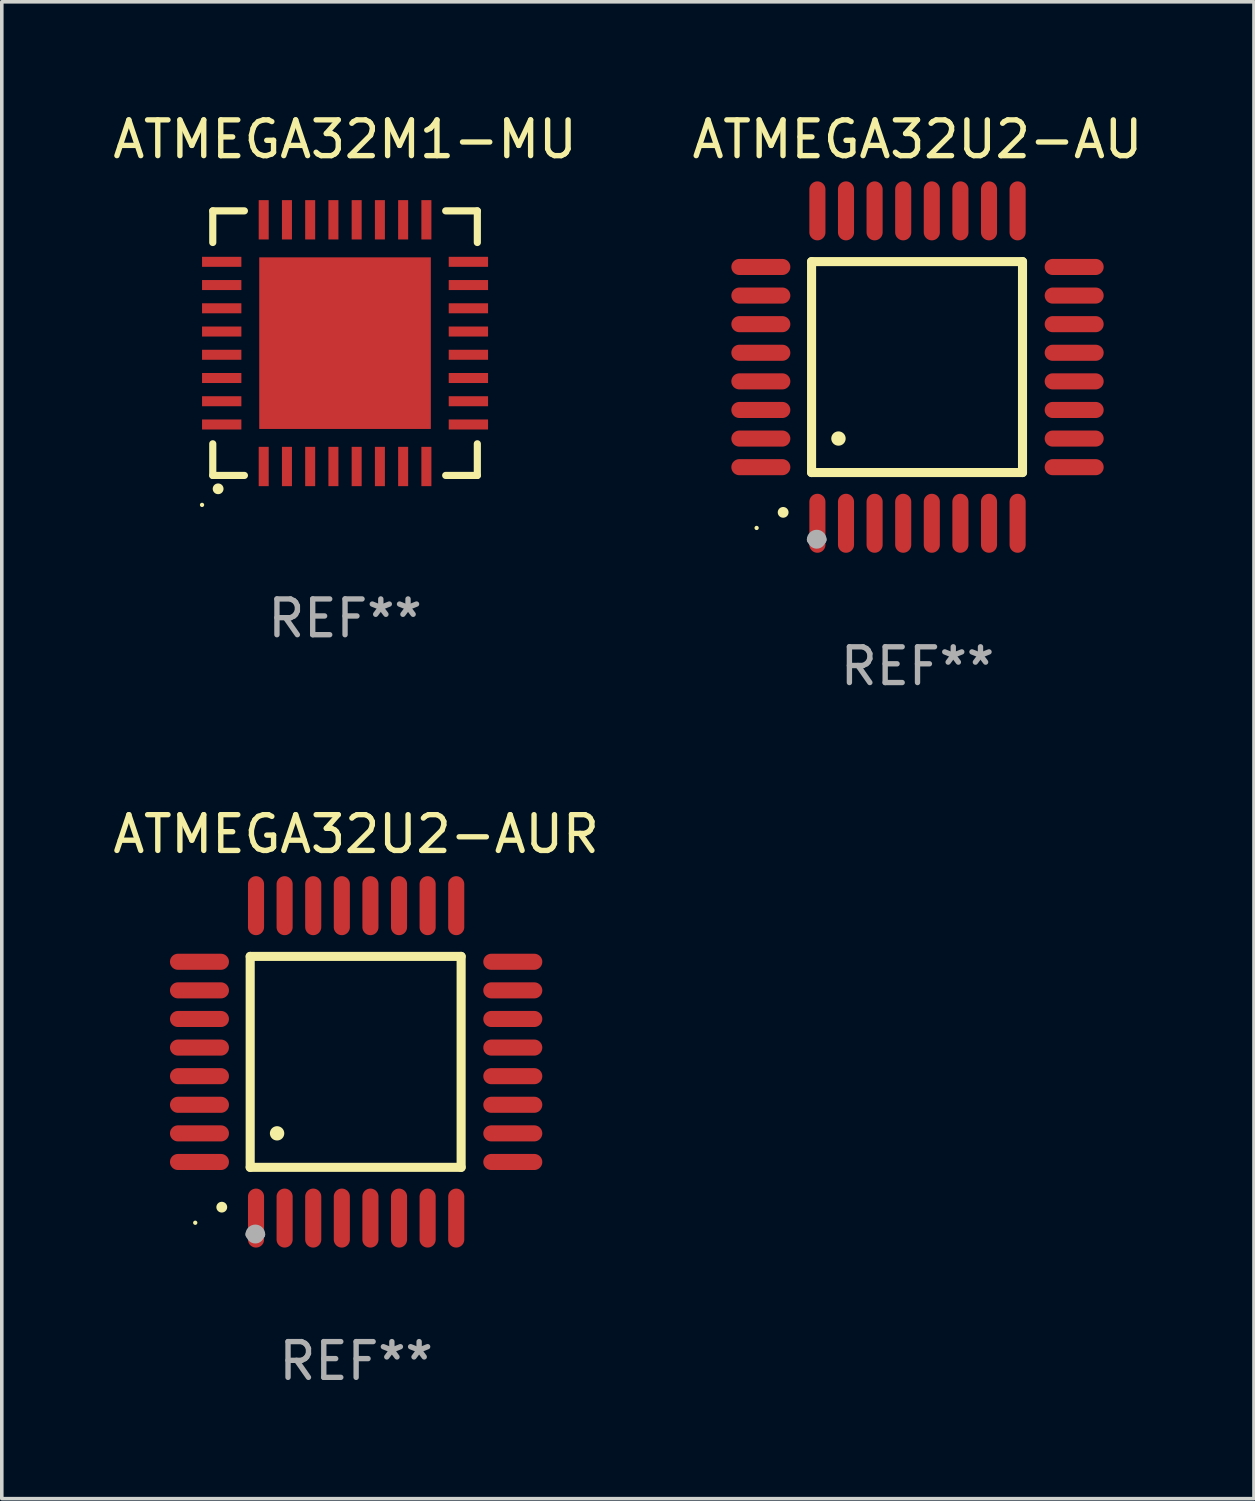
<source format=kicad_pcb>
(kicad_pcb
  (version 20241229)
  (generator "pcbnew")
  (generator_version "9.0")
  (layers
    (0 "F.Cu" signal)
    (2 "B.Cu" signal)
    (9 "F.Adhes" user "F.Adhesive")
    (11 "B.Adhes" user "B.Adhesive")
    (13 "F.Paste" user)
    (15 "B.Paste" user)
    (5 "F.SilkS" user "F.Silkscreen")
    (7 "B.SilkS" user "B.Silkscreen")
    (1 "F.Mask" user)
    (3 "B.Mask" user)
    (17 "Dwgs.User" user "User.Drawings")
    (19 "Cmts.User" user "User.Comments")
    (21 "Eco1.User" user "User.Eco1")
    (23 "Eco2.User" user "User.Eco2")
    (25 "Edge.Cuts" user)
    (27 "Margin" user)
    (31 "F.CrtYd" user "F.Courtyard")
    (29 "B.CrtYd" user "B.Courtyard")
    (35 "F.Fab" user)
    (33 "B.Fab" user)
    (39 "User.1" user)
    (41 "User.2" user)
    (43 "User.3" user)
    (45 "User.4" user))
  (footprint "ATMEGA32U2-AUR"
    (layer "F.Cu")
    (at 6.911 26.651)
    (property "Reference" "ATMEGA32U2-AUR" (at 0 -6.369 0) (layer "F.SilkS") (effects (font (size 1 1) (thickness 0.15))))
    (attr through_hole)
    (fp_line (start -2.963 -2.95) (end -2.963 2.95) (stroke (width 0.254) (type solid)) (layer "F.SilkS"))
    (fp_line (start -2.963 2.95) (end 2.937 2.95) (stroke (width 0.254) (type solid)) (layer "F.SilkS"))
    (fp_line (start 2.937 -2.95) (end -2.963 -2.95) (stroke (width 0.254) (type solid)) (layer "F.SilkS"))
    (fp_line (start 2.937 2.95) (end 2.937 -2.95) (stroke (width 0.254) (type solid)) (layer "F.SilkS"))
    (fp_arc (start -3.759208 4.064008) (mid -3.757938 4.064003) (end -3.756668 4.064008) (stroke (width 0.3) (type solid)) (layer "F.SilkS"))
    (fp_arc (start -2.212344 1.998984) (mid -2.211074 1.99898) (end -2.209804 1.998984) (stroke (width 0.4) (type solid)) (layer "F.SilkS"))
    (fp_circle (center -4.5 4.5) (end -4.47 4.5) (stroke (width 0.06) (type solid)) (fill no) (layer "F.SilkS"))
    (fp_arc (start -2.967489 4.82601) (mid -2.819406 4.677927) (end -2.671323 4.82601) (stroke (width 0.254001) (type solid)) (layer "F.Fab"))
    (fp_arc (start -2.967488 4.82601) (mid -2.819406 4.791053) (end -2.671324 4.82601) (stroke (width 0.254001) (type solid)) (layer "F.Fab"))
    (fp_circle (center -2.819 4.826) (end -2.692 4.826) (stroke (width 0.254) (type solid)) (fill no) (layer "F.Fab"))
    (fp_text user "REF**" (at 0 8.369 0) (layer "F.Fab") (effects (font (size 1 1) (thickness 0.15))))
    (pad "1" smd oval (at -2.8 4.369) (size 0.45 1.65) (layers "F.Cu" "F.Mask" "F.Paste"))
    (pad "2" smd oval (at -2 4.369) (size 0.45 1.65) (layers "F.Cu" "F.Mask" "F.Paste"))
    (pad "3" smd oval (at -1.2 4.369) (size 0.45 1.65) (layers "F.Cu" "F.Mask" "F.Paste"))
    (pad "4" smd oval (at -0.4 4.369) (size 0.45 1.65) (layers "F.Cu" "F.Mask" "F.Paste"))
    (pad "5" smd oval (at 0.4 4.369) (size 0.45 1.65) (layers "F.Cu" "F.Mask" "F.Paste"))
    (pad "6" smd oval (at 1.2 4.369) (size 0.45 1.65) (layers "F.Cu" "F.Mask" "F.Paste"))
    (pad "7" smd oval (at 2 4.369) (size 0.45 1.65) (layers "F.Cu" "F.Mask" "F.Paste"))
    (pad "8" smd oval (at 2.8 4.369) (size 0.45 1.65) (layers "F.Cu" "F.Mask" "F.Paste"))
    (pad "9" smd oval (at 4.382 2.8) (size 1.65 0.45) (layers "F.Cu" "F.Mask" "F.Paste"))
    (pad "10" smd oval (at 4.382 2) (size 1.65 0.45) (layers "F.Cu" "F.Mask" "F.Paste"))
    (pad "11" smd oval (at 4.382 1.2) (size 1.65 0.45) (layers "F.Cu" "F.Mask" "F.Paste"))
    (pad "12" smd oval (at 4.382 0.4) (size 1.65 0.45) (layers "F.Cu" "F.Mask" "F.Paste"))
    (pad "13" smd oval (at 4.382 -0.4) (size 1.65 0.45) (layers "F.Cu" "F.Mask" "F.Paste"))
    (pad "14" smd oval (at 4.382 -1.2) (size 1.65 0.45) (layers "F.Cu" "F.Mask" "F.Paste"))
    (pad "15" smd oval (at 4.382 -2) (size 1.65 0.45) (layers "F.Cu" "F.Mask" "F.Paste"))
    (pad "16" smd oval (at 4.382 -2.8) (size 1.65 0.45) (layers "F.Cu" "F.Mask" "F.Paste"))
    (pad "17" smd oval (at 2.8 -4.369) (size 0.45 1.65) (layers "F.Cu" "F.Mask" "F.Paste"))
    (pad "18" smd oval (at 2 -4.369) (size 0.45 1.65) (layers "F.Cu" "F.Mask" "F.Paste"))
    (pad "19" smd oval (at 1.2 -4.369) (size 0.45 1.65) (layers "F.Cu" "F.Mask" "F.Paste"))
    (pad "20" smd oval (at 0.4 -4.369) (size 0.45 1.65) (layers "F.Cu" "F.Mask" "F.Paste"))
    (pad "21" smd oval (at -0.4 -4.369) (size 0.45 1.65) (layers "F.Cu" "F.Mask" "F.Paste"))
    (pad "22" smd oval (at -1.2 -4.369) (size 0.45 1.65) (layers "F.Cu" "F.Mask" "F.Paste"))
    (pad "23" smd oval (at -2 -4.369) (size 0.45 1.65) (layers "F.Cu" "F.Mask" "F.Paste"))
    (pad "24" smd oval (at -2.8 -4.369) (size 0.45 1.65) (layers "F.Cu" "F.Mask" "F.Paste"))
    (pad "25" smd oval (at -4.382 -2.8) (size 1.65 0.45) (layers "F.Cu" "F.Mask" "F.Paste"))
    (pad "26" smd oval (at -4.382 -2) (size 1.65 0.45) (layers "F.Cu" "F.Mask" "F.Paste"))
    (pad "27" smd oval (at -4.382 -1.2) (size 1.65 0.45) (layers "F.Cu" "F.Mask" "F.Paste"))
    (pad "28" smd oval (at -4.382 -0.4) (size 1.65 0.45) (layers "F.Cu" "F.Mask" "F.Paste"))
    (pad "29" smd oval (at -4.382 0.4) (size 1.65 0.45) (layers "F.Cu" "F.Mask" "F.Paste"))
    (pad "30" smd oval (at -4.382 1.2) (size 1.65 0.45) (layers "F.Cu" "F.Mask" "F.Paste"))
    (pad "31" smd oval (at -4.382 2) (size 1.65 0.45) (layers "F.Cu" "F.Mask" "F.Paste"))
    (pad "32" smd oval (at -4.382 2.8) (size 1.65 0.45) (layers "F.Cu" "F.Mask" "F.Paste")))
  (footprint "ATMEGA32M1-MU"
    (layer "F.Cu")
    (at 6.601 6.548)
    (property "Reference" "ATMEGA32M1-MU" (at 0 -5.7 0) (layer "F.SilkS") (effects (font (size 1 1) (thickness 0.15))))
    (attr through_hole)
    (fp_line (start -3.7 -3.7) (end -2.815 -3.7) (stroke (width 0.2) (type solid)) (layer "F.SilkS"))
    (fp_line (start -3.7 -2.815) (end -3.7 -3.7) (stroke (width 0.2) (type solid)) (layer "F.SilkS"))
    (fp_line (start -3.7 3.7) (end -3.7 2.815) (stroke (width 0.2) (type solid)) (layer "F.SilkS"))
    (fp_line (start -2.815 3.7) (end -3.7 3.7) (stroke (width 0.2) (type solid)) (layer "F.SilkS"))
    (fp_line (start 2.815 3.7) (end 3.7 3.7) (stroke (width 0.2) (type solid)) (layer "F.SilkS"))
    (fp_line (start 3.7 -3.7) (end 2.815 -3.7) (stroke (width 0.2) (type solid)) (layer "F.SilkS"))
    (fp_line (start 3.7 -2.815) (end 3.7 -3.7) (stroke (width 0.2) (type solid)) (layer "F.SilkS"))
    (fp_line (start 3.7 3.7) (end 3.7 2.815) (stroke (width 0.2) (type solid)) (layer "F.SilkS"))
    (fp_arc (start -3.551308 4.074168) (mid -3.550038 4.074163) (end -3.548768 4.074168) (stroke (width 0.3) (type solid)) (layer "F.SilkS"))
    (fp_circle (center -4 4.524) (end -3.97 4.524) (stroke (width 0.06) (type solid)) (fill no) (layer "F.SilkS"))
    (fp_text user "REF**" (at 0 7.7 0) (layer "F.Fab") (effects (font (size 1 1) (thickness 0.15))))
    (pad "1" smd rect (at -2.275 3.45 180) (size 0.28 1.1) (layers "F.Cu" "F.Mask" "F.Paste"))
    (pad "2" smd rect (at -1.625 3.45 180) (size 0.28 1.1) (layers "F.Cu" "F.Mask" "F.Paste"))
    (pad "3" smd rect (at -0.975 3.45 180) (size 0.28 1.1) (layers "F.Cu" "F.Mask" "F.Paste"))
    (pad "4" smd rect (at -0.325 3.45 180) (size 0.28 1.1) (layers "F.Cu" "F.Mask" "F.Paste"))
    (pad "5" smd rect (at 0.325 3.45 180) (size 0.28 1.1) (layers "F.Cu" "F.Mask" "F.Paste"))
    (pad "6" smd rect (at 0.975 3.45 180) (size 0.28 1.1) (layers "F.Cu" "F.Mask" "F.Paste"))
    (pad "7" smd rect (at 1.625 3.45 180) (size 0.28 1.1) (layers "F.Cu" "F.Mask" "F.Paste"))
    (pad "8" smd rect (at 2.275 3.45 180) (size 0.28 1.1) (layers "F.Cu" "F.Mask" "F.Paste"))
    (pad "9" smd rect (at 3.45 2.275 90) (size 0.28 1.1) (layers "F.Cu" "F.Mask" "F.Paste"))
    (pad "10" smd rect (at 3.45 1.625 90) (size 0.28 1.1) (layers "F.Cu" "F.Mask" "F.Paste"))
    (pad "11" smd rect (at 3.45 0.975 90) (size 0.28 1.1) (layers "F.Cu" "F.Mask" "F.Paste"))
    (pad "12" smd rect (at 3.45 0.325 90) (size 0.28 1.1) (layers "F.Cu" "F.Mask" "F.Paste"))
    (pad "13" smd rect (at 3.45 -0.325 90) (size 0.28 1.1) (layers "F.Cu" "F.Mask" "F.Paste"))
    (pad "14" smd rect (at 3.45 -0.975 90) (size 0.28 1.1) (layers "F.Cu" "F.Mask" "F.Paste"))
    (pad "15" smd rect (at 3.45 -1.625 90) (size 0.28 1.1) (layers "F.Cu" "F.Mask" "F.Paste"))
    (pad "16" smd rect (at 3.45 -2.275 90) (size 0.28 1.1) (layers "F.Cu" "F.Mask" "F.Paste"))
    (pad "17" smd rect (at 2.275 -3.45 180) (size 0.28 1.1) (layers "F.Cu" "F.Mask" "F.Paste"))
    (pad "18" smd rect (at 1.625 -3.45 180) (size 0.28 1.1) (layers "F.Cu" "F.Mask" "F.Paste"))
    (pad "19" smd rect (at 0.975 -3.45 180) (size 0.28 1.1) (layers "F.Cu" "F.Mask" "F.Paste"))
    (pad "20" smd rect (at 0.325 -3.45 180) (size 0.28 1.1) (layers "F.Cu" "F.Mask" "F.Paste"))
    (pad "21" smd rect (at -0.325 -3.45 180) (size 0.28 1.1) (layers "F.Cu" "F.Mask" "F.Paste"))
    (pad "22" smd rect (at -0.975 -3.45 180) (size 0.28 1.1) (layers "F.Cu" "F.Mask" "F.Paste"))
    (pad "23" smd rect (at -1.625 -3.45 180) (size 0.28 1.1) (layers "F.Cu" "F.Mask" "F.Paste"))
    (pad "24" smd rect (at -2.275 -3.45 180) (size 0.28 1.1) (layers "F.Cu" "F.Mask" "F.Paste"))
    (pad "25" smd rect (at -3.45 -2.275 90) (size 0.28 1.1) (layers "F.Cu" "F.Mask" "F.Paste"))
    (pad "26" smd rect (at -3.45 -1.625 90) (size 0.28 1.1) (layers "F.Cu" "F.Mask" "F.Paste"))
    (pad "27" smd rect (at -3.45 -0.975 90) (size 0.28 1.1) (layers "F.Cu" "F.Mask" "F.Paste"))
    (pad "28" smd rect (at -3.45 -0.325 90) (size 0.28 1.1) (layers "F.Cu" "F.Mask" "F.Paste"))
    (pad "29" smd rect (at -3.45 0.325 90) (size 0.28 1.1) (layers "F.Cu" "F.Mask" "F.Paste"))
    (pad "30" smd rect (at -3.45 0.975 90) (size 0.28 1.1) (layers "F.Cu" "F.Mask" "F.Paste"))
    (pad "31" smd rect (at -3.45 1.625 90) (size 0.28 1.1) (layers "F.Cu" "F.Mask" "F.Paste"))
    (pad "32" smd rect (at -3.45 2.275 90) (size 0.28 1.1) (layers "F.Cu" "F.Mask" "F.Paste"))
    (pad "33" smd rect (at 0 0 90) (size 4.8 4.8) (layers "F.Cu" "F.Mask" "F.Paste")))
  (footprint "ATMEGA32U2-AU"
    (layer "F.Cu")
    (at 22.613 7.217)
    (property "Reference" "ATMEGA32U2-AU" (at 0 -6.369 0) (layer "F.SilkS") (effects (font (size 1 1) (thickness 0.15))))
    (attr through_hole)
    (fp_line (start -2.963 -2.95) (end -2.963 2.95) (stroke (width 0.254) (type solid)) (layer "F.SilkS"))
    (fp_line (start -2.963 2.95) (end 2.937 2.95) (stroke (width 0.254) (type solid)) (layer "F.SilkS"))
    (fp_line (start 2.937 -2.95) (end -2.963 -2.95) (stroke (width 0.254) (type solid)) (layer "F.SilkS"))
    (fp_line (start 2.937 2.95) (end 2.937 -2.95) (stroke (width 0.254) (type solid)) (layer "F.SilkS"))
    (fp_arc (start -3.759208 4.064008) (mid -3.757938 4.064003) (end -3.756668 4.064008) (stroke (width 0.3) (type solid)) (layer "F.SilkS"))
    (fp_arc (start -2.212344 1.998984) (mid -2.211074 1.99898) (end -2.209804 1.998984) (stroke (width 0.4) (type solid)) (layer "F.SilkS"))
    (fp_circle (center -4.5 4.5) (end -4.47 4.5) (stroke (width 0.06) (type solid)) (fill no) (layer "F.SilkS"))
    (fp_arc (start -2.967489 4.82601) (mid -2.819406 4.677927) (end -2.671323 4.82601) (stroke (width 0.254001) (type solid)) (layer "F.Fab"))
    (fp_arc (start -2.967488 4.82601) (mid -2.819406 4.791053) (end -2.671324 4.82601) (stroke (width 0.254001) (type solid)) (layer "F.Fab"))
    (fp_circle (center -2.819 4.826) (end -2.692 4.826) (stroke (width 0.254) (type solid)) (fill no) (layer "F.Fab"))
    (fp_text user "REF**" (at 0 8.369 0) (layer "F.Fab") (effects (font (size 1 1) (thickness 0.15))))
    (pad "1" smd oval (at -2.8 4.369) (size 0.45 1.65) (layers "F.Cu" "F.Mask" "F.Paste"))
    (pad "2" smd oval (at -2 4.369) (size 0.45 1.65) (layers "F.Cu" "F.Mask" "F.Paste"))
    (pad "3" smd oval (at -1.2 4.369) (size 0.45 1.65) (layers "F.Cu" "F.Mask" "F.Paste"))
    (pad "4" smd oval (at -0.4 4.369) (size 0.45 1.65) (layers "F.Cu" "F.Mask" "F.Paste"))
    (pad "5" smd oval (at 0.4 4.369) (size 0.45 1.65) (layers "F.Cu" "F.Mask" "F.Paste"))
    (pad "6" smd oval (at 1.2 4.369) (size 0.45 1.65) (layers "F.Cu" "F.Mask" "F.Paste"))
    (pad "7" smd oval (at 2 4.369) (size 0.45 1.65) (layers "F.Cu" "F.Mask" "F.Paste"))
    (pad "8" smd oval (at 2.8 4.369) (size 0.45 1.65) (layers "F.Cu" "F.Mask" "F.Paste"))
    (pad "9" smd oval (at 4.382 2.8) (size 1.65 0.45) (layers "F.Cu" "F.Mask" "F.Paste"))
    (pad "10" smd oval (at 4.382 2) (size 1.65 0.45) (layers "F.Cu" "F.Mask" "F.Paste"))
    (pad "11" smd oval (at 4.382 1.2) (size 1.65 0.45) (layers "F.Cu" "F.Mask" "F.Paste"))
    (pad "12" smd oval (at 4.382 0.4) (size 1.65 0.45) (layers "F.Cu" "F.Mask" "F.Paste"))
    (pad "13" smd oval (at 4.382 -0.4) (size 1.65 0.45) (layers "F.Cu" "F.Mask" "F.Paste"))
    (pad "14" smd oval (at 4.382 -1.2) (size 1.65 0.45) (layers "F.Cu" "F.Mask" "F.Paste"))
    (pad "15" smd oval (at 4.382 -2) (size 1.65 0.45) (layers "F.Cu" "F.Mask" "F.Paste"))
    (pad "16" smd oval (at 4.382 -2.8) (size 1.65 0.45) (layers "F.Cu" "F.Mask" "F.Paste"))
    (pad "17" smd oval (at 2.8 -4.369) (size 0.45 1.65) (layers "F.Cu" "F.Mask" "F.Paste"))
    (pad "18" smd oval (at 2 -4.369) (size 0.45 1.65) (layers "F.Cu" "F.Mask" "F.Paste"))
    (pad "19" smd oval (at 1.2 -4.369) (size 0.45 1.65) (layers "F.Cu" "F.Mask" "F.Paste"))
    (pad "20" smd oval (at 0.4 -4.369) (size 0.45 1.65) (layers "F.Cu" "F.Mask" "F.Paste"))
    (pad "21" smd oval (at -0.4 -4.369) (size 0.45 1.65) (layers "F.Cu" "F.Mask" "F.Paste"))
    (pad "22" smd oval (at -1.2 -4.369) (size 0.45 1.65) (layers "F.Cu" "F.Mask" "F.Paste"))
    (pad "23" smd oval (at -2 -4.369) (size 0.45 1.65) (layers "F.Cu" "F.Mask" "F.Paste"))
    (pad "24" smd oval (at -2.8 -4.369) (size 0.45 1.65) (layers "F.Cu" "F.Mask" "F.Paste"))
    (pad "25" smd oval (at -4.382 -2.8) (size 1.65 0.45) (layers "F.Cu" "F.Mask" "F.Paste"))
    (pad "26" smd oval (at -4.382 -2) (size 1.65 0.45) (layers "F.Cu" "F.Mask" "F.Paste"))
    (pad "27" smd oval (at -4.382 -1.2) (size 1.65 0.45) (layers "F.Cu" "F.Mask" "F.Paste"))
    (pad "28" smd oval (at -4.382 -0.4) (size 1.65 0.45) (layers "F.Cu" "F.Mask" "F.Paste"))
    (pad "29" smd oval (at -4.382 0.4) (size 1.65 0.45) (layers "F.Cu" "F.Mask" "F.Paste"))
    (pad "30" smd oval (at -4.382 1.2) (size 1.65 0.45) (layers "F.Cu" "F.Mask" "F.Paste"))
    (pad "31" smd oval (at -4.382 2) (size 1.65 0.45) (layers "F.Cu" "F.Mask" "F.Paste"))
    (pad "32" smd oval (at -4.382 2.8) (size 1.65 0.45) (layers "F.Cu" "F.Mask" "F.Paste")))
  (gr_rect
    (start -3 -3)
    (end 32.024 38.868)
    (stroke (width 0.1) (type default))
    (fill no)
    (layer "Edge.Cuts")))
</source>
